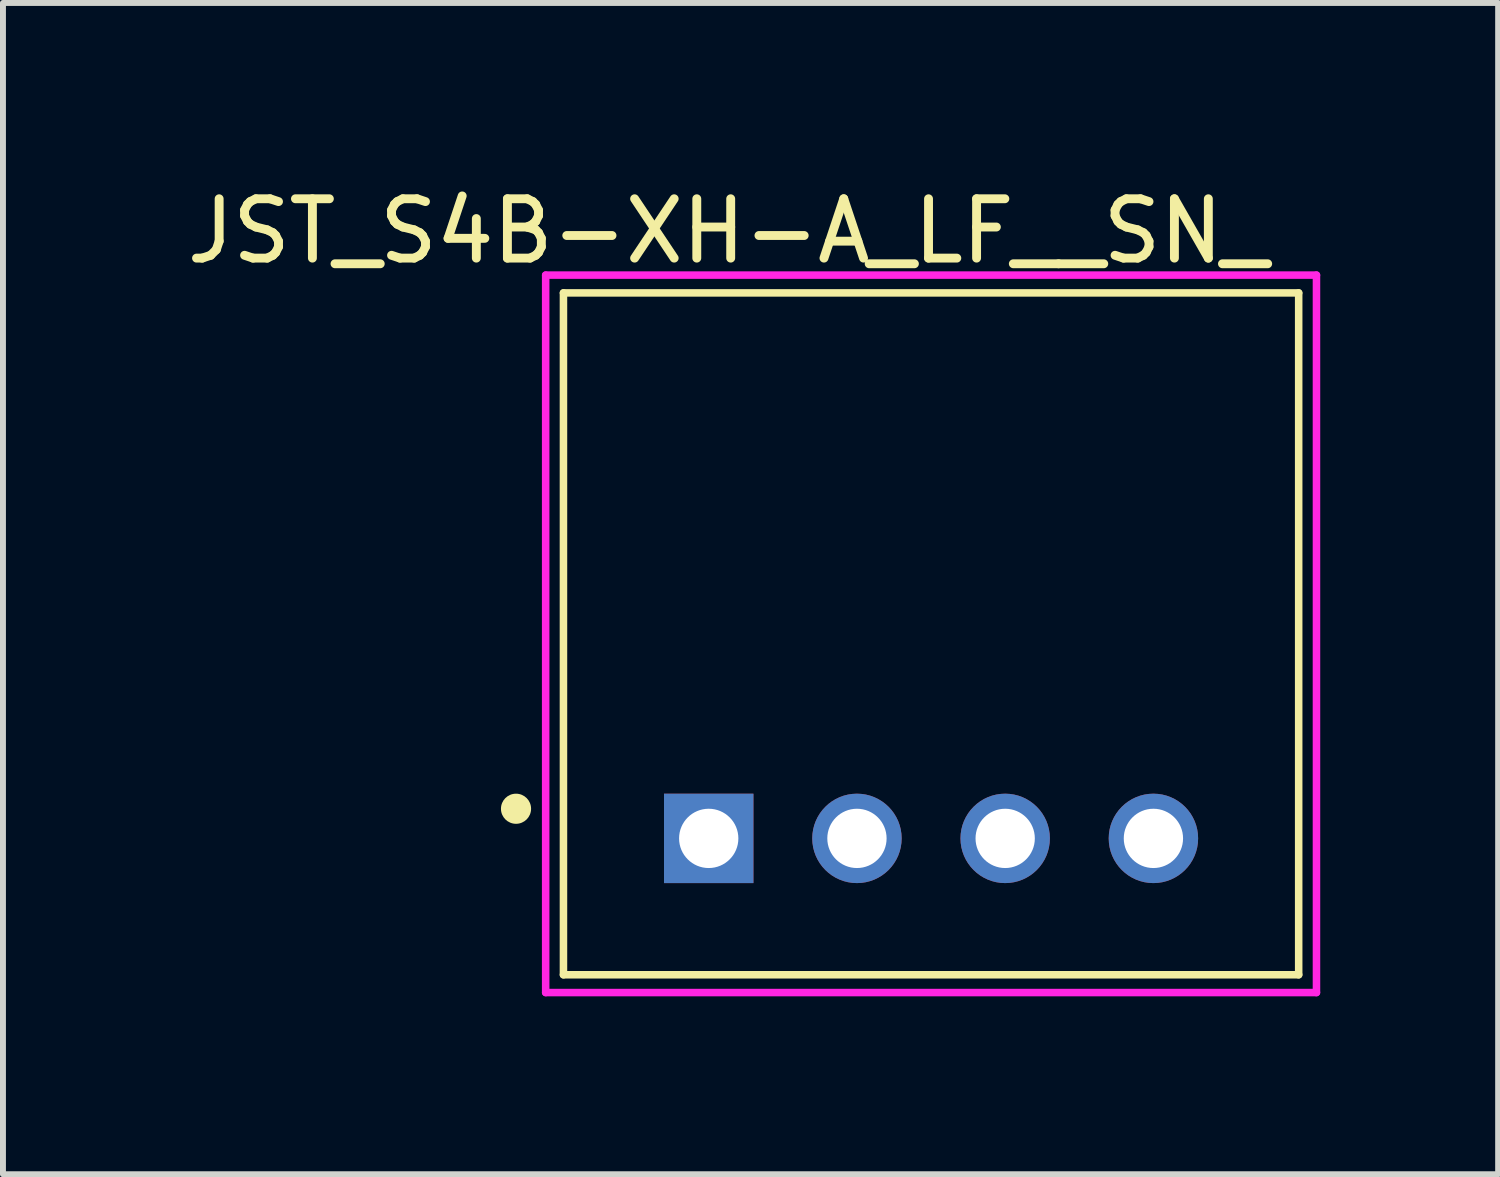
<source format=kicad_pcb>
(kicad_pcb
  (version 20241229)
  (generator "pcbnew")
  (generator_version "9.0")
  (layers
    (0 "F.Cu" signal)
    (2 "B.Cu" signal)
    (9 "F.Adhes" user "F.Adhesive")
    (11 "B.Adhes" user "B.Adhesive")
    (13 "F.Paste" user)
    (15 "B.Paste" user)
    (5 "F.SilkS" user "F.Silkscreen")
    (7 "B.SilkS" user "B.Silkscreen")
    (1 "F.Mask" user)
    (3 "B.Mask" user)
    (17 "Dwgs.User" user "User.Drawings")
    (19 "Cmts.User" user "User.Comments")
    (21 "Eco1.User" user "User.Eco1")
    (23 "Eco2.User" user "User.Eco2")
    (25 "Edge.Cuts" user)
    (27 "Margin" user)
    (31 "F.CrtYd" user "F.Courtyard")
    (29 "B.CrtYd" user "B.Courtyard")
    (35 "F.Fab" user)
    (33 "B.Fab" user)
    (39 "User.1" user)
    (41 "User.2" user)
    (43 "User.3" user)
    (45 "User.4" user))
  (footprint "JST_S4B-XH-A_LF__SN_"
    (layer "F.Cu")
    (at 12.653 11.09)
    (property "Reference" "JST_S4B-XH-A_LF__SN_" (at -3.427 -10.242 0) (layer "F.SilkS") (effects (font (size 1.001 1.001) (thickness 0.15))))
    (attr through_hole)
    (fp_line (start -6.2 -9.2) (end 6.2 -9.2) (stroke (width 0.127) (type solid)) (layer "F.SilkS"))
    (fp_line (start -6.2 2.3) (end -6.2 -9.2) (stroke (width 0.127) (type solid)) (layer "F.SilkS"))
    (fp_line (start 6.2 -9.2) (end 6.2 2.3) (stroke (width 0.127) (type solid)) (layer "F.SilkS"))
    (fp_line (start 6.2 2.3) (end -6.2 2.3) (stroke (width 0.127) (type solid)) (layer "F.SilkS"))
    (fp_circle (center -7 -0.5) (end -6.746 -0.5) (stroke (width 0) (type solid)) (fill yes) (layer "F.SilkS"))
    (fp_line (start -6.5 -9.5) (end 6.5 -9.5) (stroke (width 0.127) (type solid)) (layer "F.CrtYd"))
    (fp_line (start -6.5 2.6) (end -6.5 -9.5) (stroke (width 0.127) (type solid)) (layer "F.CrtYd"))
    (fp_line (start 6.5 -9.5) (end 6.5 2.6) (stroke (width 0.127) (type solid)) (layer "F.CrtYd"))
    (fp_line (start 6.5 2.6) (end -6.5 2.6) (stroke (width 0.127) (type solid)) (layer "F.CrtYd"))
    (pad "1" thru_hole rect (at -3.75 0) (size 1.508 1.508) (drill 1) (layers "*.Cu" "*.Mask"))
    (pad "2" thru_hole circle (at -1.25 0) (size 1.508 1.508) (drill 1) (layers "*.Cu" "*.Mask"))
    (pad "3" thru_hole circle (at 1.25 0) (size 1.508 1.508) (drill 1) (layers "*.Cu" "*.Mask"))
    (pad "4" thru_hole circle (at 3.75 0) (size 1.508 1.508) (drill 1) (layers "*.Cu" "*.Mask")))
  (gr_rect
    (start -3 -3)
    (end 22.217 16.754)
    (stroke (width 0.1) (type default))
    (fill no)
    (layer "Edge.Cuts")))
</source>
